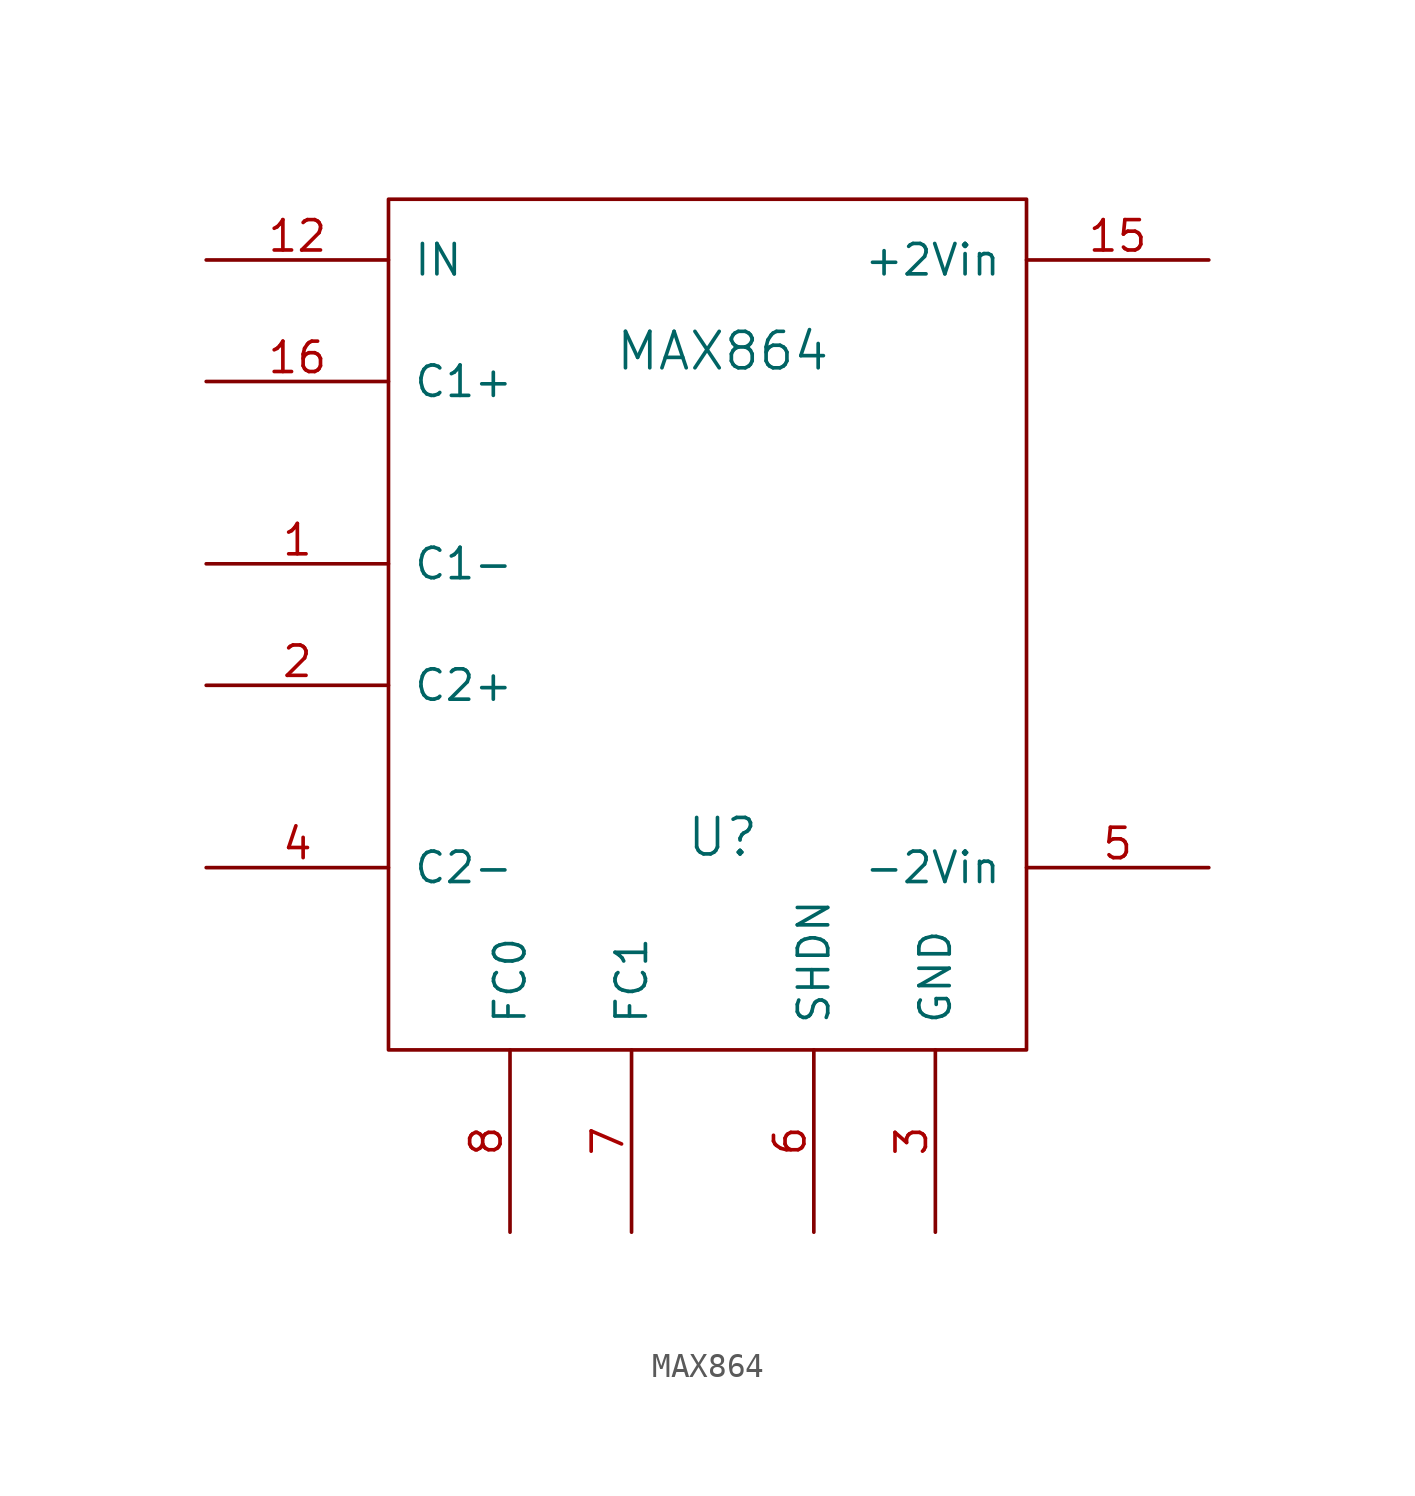
<source format=kicad_sym>
(kicad_symbol_lib
  (version 20211014)
  (generator kicad_symbol_editor)
  (symbol "MAX864"
    (pin_names
      (offset 1.016))
    (property "Reference" "U"
      (at 0 -8.89 0)
      (effects (font (size 1.524 1.524))))
    (property "Value" "MAX864"
      (at 0 11.43 0)
      (effects (font (size 1.524 1.524))))
    (property "Footprint" ""
      (at 0 0 0)
      (effects (font (size 1.524 1.524))))
    (property "Datasheet" ""
      (at 0 0 0)
      (effects (font (size 1.524 1.524))))
    (symbol "MAX864_0_1"
      (rectangle (start -13.97 17.78) (end 12.7 -17.78) (stroke (width 0) (type default) (color 0 0 0 0)) (fill (type none))))
    (symbol "MAX864_1_1"
      (pin input line (at -21.59 2.54 0) (length 7.62) (name "C1-" (effects (font (size 1.27 1.27)))) (number "1" (effects (font (size 1.27 1.27)))))
      (pin input line (at -21.59 15.24 0) (length 7.62) (name "IN" (effects (font (size 1.27 1.27)))) (number "12" (effects (font (size 1.27 1.27)))))
      (pin bidirectional line (at 20.32 15.24 180) (length 7.62) (name "+2Vin" (effects (font (size 1.27 1.27)))) (number "15" (effects (font (size 1.27 1.27)))))
      (pin input line (at -21.59 10.16 0) (length 7.62) (name "C1+" (effects (font (size 1.27 1.27)))) (number "16" (effects (font (size 1.27 1.27)))))
      (pin input line (at -21.59 -2.54 0) (length 7.62) (name "C2+" (effects (font (size 1.27 1.27)))) (number "2" (effects (font (size 1.27 1.27)))))
      (pin bidirectional line (at 8.89 -25.4 90) (length 7.62) (name "GND" (effects (font (size 1.27 1.27)))) (number "3" (effects (font (size 1.27 1.27)))))
      (pin input line (at -21.59 -10.16 0) (length 7.62) (name "C2-" (effects (font (size 1.27 1.27)))) (number "4" (effects (font (size 1.27 1.27)))))
      (pin bidirectional line (at 20.32 -10.16 180) (length 7.62) (name "-2Vin" (effects (font (size 1.27 1.27)))) (number "5" (effects (font (size 1.27 1.27)))))
      (pin bidirectional line (at 3.81 -25.4 90) (length 7.62) (name "SHDN" (effects (font (size 1.27 1.27)))) (number "6" (effects (font (size 1.27 1.27)))))
      (pin input line (at -3.81 -25.4 90) (length 7.62) (name "FC1" (effects (font (size 1.27 1.27)))) (number "7" (effects (font (size 1.27 1.27)))))
      (pin input line (at -8.89 -25.4 90) (length 7.62) (name "FC0" (effects (font (size 1.27 1.27)))) (number "8" (effects (font (size 1.27 1.27))))))))
</source>
